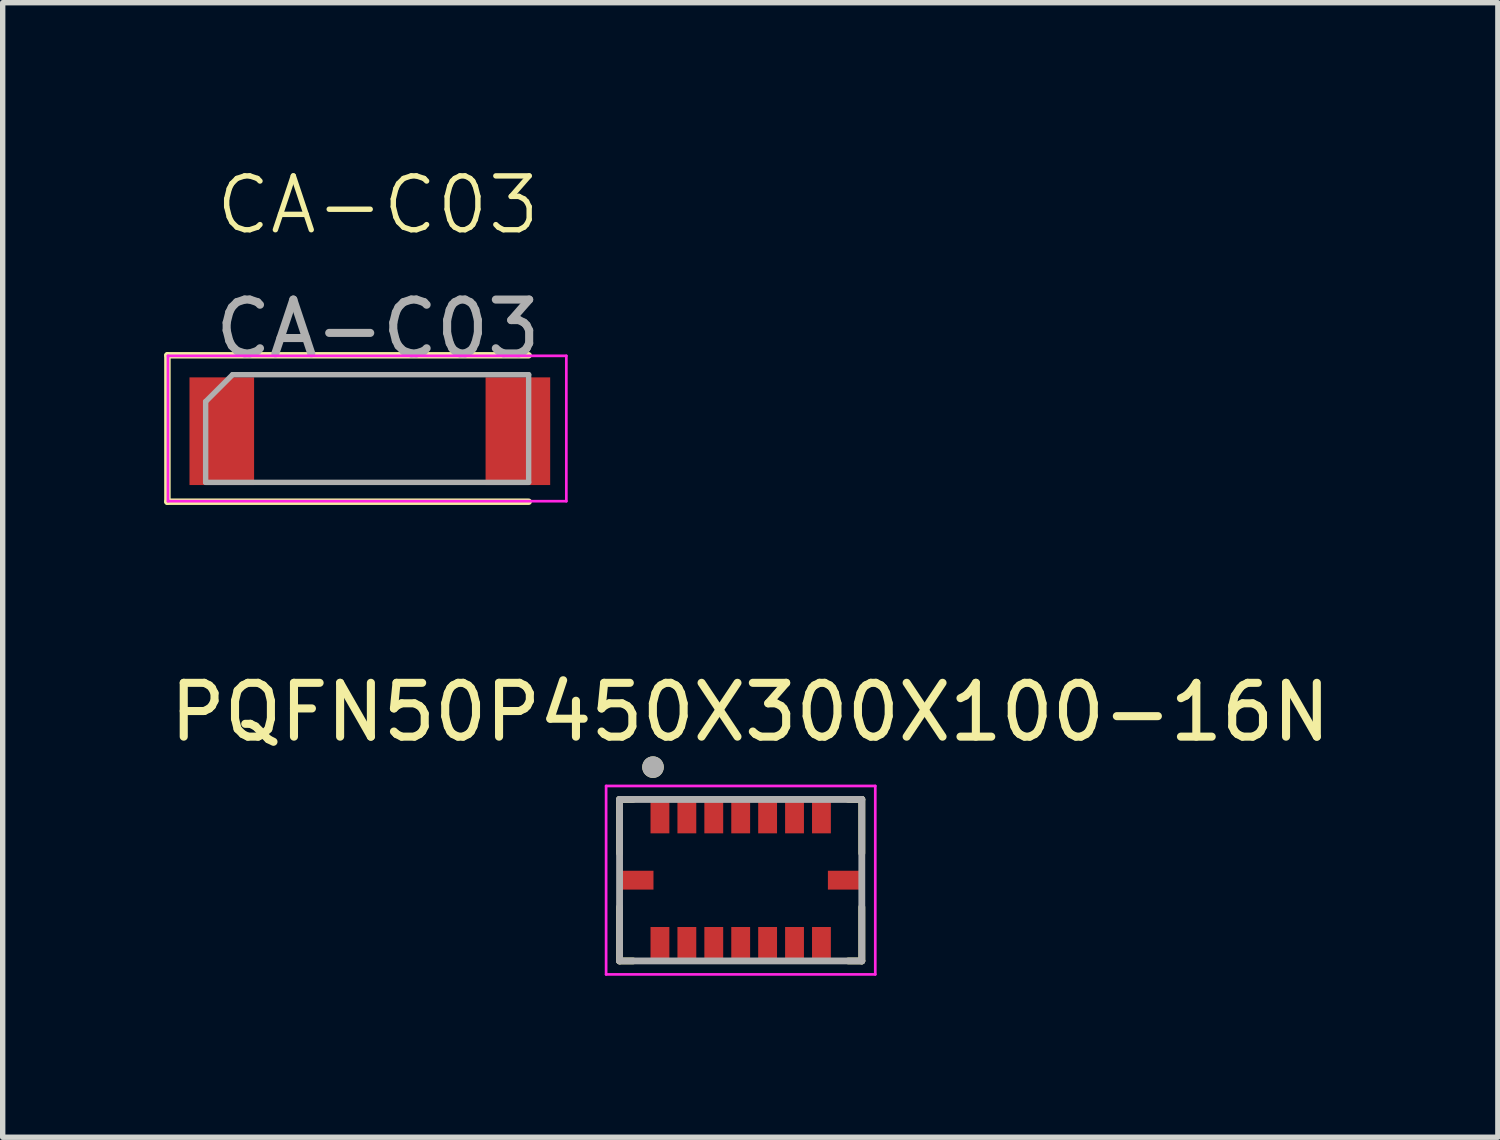
<source format=kicad_pcb>
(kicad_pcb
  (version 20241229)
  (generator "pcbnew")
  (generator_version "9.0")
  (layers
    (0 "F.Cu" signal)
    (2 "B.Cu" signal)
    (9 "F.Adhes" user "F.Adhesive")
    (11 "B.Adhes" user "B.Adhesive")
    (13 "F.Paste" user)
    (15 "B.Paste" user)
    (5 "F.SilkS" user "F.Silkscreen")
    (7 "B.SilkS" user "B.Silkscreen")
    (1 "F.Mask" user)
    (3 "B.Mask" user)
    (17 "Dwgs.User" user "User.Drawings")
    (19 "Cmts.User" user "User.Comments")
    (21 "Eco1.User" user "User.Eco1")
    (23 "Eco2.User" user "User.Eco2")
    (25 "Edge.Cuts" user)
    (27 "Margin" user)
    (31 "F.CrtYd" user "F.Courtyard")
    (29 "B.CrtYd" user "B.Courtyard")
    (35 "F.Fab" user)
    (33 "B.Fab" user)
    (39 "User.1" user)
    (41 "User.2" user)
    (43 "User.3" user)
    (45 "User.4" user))
  (footprint "CA-C03"
    (layer "F.Cu")
    (at 1.07 4.96)
    (property "Reference" "CA-C03" (at 2.9 -4.2 0) (unlocked yes) (layer "F.SilkS") (effects (font (size 1 1) (thickness 0.1))))
    (attr smd)
    (fp_line (start -1.01 -1.41) (end -1.01 1.31) (stroke (width 0.12) (type solid)) (layer "F.SilkS"))
    (fp_line (start -1.01 1.31) (end 5.7 1.31) (stroke (width 0.12) (type solid)) (layer "F.SilkS"))
    (fp_line (start 5.7 -1.41) (end -1.01 -1.41) (stroke (width 0.12) (type solid)) (layer "F.SilkS"))
    (fp_line (start -1 -1.4) (end 6.4 -1.4) (stroke (width 0.05) (type solid)) (layer "F.CrtYd"))
    (fp_line (start -1 1.3) (end -1 -1.4) (stroke (width 0.05) (type solid)) (layer "F.CrtYd"))
    (fp_line (start 6.4 -1.4) (end 6.4 1.3) (stroke (width 0.05) (type solid)) (layer "F.CrtYd"))
    (fp_line (start 6.4 1.3) (end -1 1.3) (stroke (width 0.05) (type solid)) (layer "F.CrtYd"))
    (fp_line (start -0.3 -0.55) (end -0.3 0.95) (stroke (width 0.1) (type solid)) (layer "F.Fab"))
    (fp_line (start -0.3 0.95) (end 5.7 0.95) (stroke (width 0.1) (type solid)) (layer "F.Fab"))
    (fp_line (start 0.2 -1.05) (end -0.3 -0.55) (stroke (width 0.1) (type solid)) (layer "F.Fab"))
    (fp_line (start 5.7 -1.05) (end 0.2 -1.05) (stroke (width 0.1) (type solid)) (layer "F.Fab"))
    (fp_line (start 5.7 0.95) (end 5.7 -1.05) (stroke (width 0.1) (type solid)) (layer "F.Fab"))
    (fp_text user "${REFERENCE}" (at 2.9 -1.9 0) (unlocked yes) (layer "F.Fab") (effects (font (size 1 1) (thickness 0.15))))
    (pad "1" smd rect (at 0 0) (size 1.2 2) (layers "F.Cu" "F.Mask" "F.Paste"))
    (pad "2" smd rect (at 5.5 0) (size 1.2 2) (layers "F.Cu" "F.Mask" "F.Paste")))
  (footprint "PQFN50P450X300X100-16N"
    (layer "F.Cu")
    (at 10.709 13.3)
    (property "Reference" "PQFN50P450X300X100-16N" (at 0.178 -3.121 0) (layer "F.SilkS") (effects (font (size 1 1) (thickness 0.15))))
    (attr through_hole)
    (fp_line (start -2.25 -1.5) (end -2 -1.5) (stroke (width 0.127) (type solid)) (layer "F.SilkS"))
    (fp_line (start -2.25 -0.5) (end -2.25 -1.5) (stroke (width 0.127) (type solid)) (layer "F.SilkS"))
    (fp_line (start -2.25 1.5) (end -2.25 0.5) (stroke (width 0.127) (type solid)) (layer "F.SilkS"))
    (fp_line (start -2 1.5) (end -2.25 1.5) (stroke (width 0.127) (type solid)) (layer "F.SilkS"))
    (fp_line (start 2.25 -1.5) (end 2 -1.5) (stroke (width 0.127) (type solid)) (layer "F.SilkS"))
    (fp_line (start 2.25 -0.5) (end 2.25 -1.5) (stroke (width 0.127) (type solid)) (layer "F.SilkS"))
    (fp_line (start 2.25 0.5) (end 2.25 1.5) (stroke (width 0.127) (type solid)) (layer "F.SilkS"))
    (fp_line (start 2.25 1.5) (end 2 1.5) (stroke (width 0.127) (type solid)) (layer "F.SilkS"))
    (fp_circle (center -1.629 -2.1) (end -1.529 -2.1) (stroke (width 0.2) (type solid)) (fill no) (layer "F.SilkS"))
    (fp_line (start -2.5 -1.75) (end 2.5 -1.75) (stroke (width 0.05) (type solid)) (layer "F.CrtYd"))
    (fp_line (start -2.5 1.75) (end -2.5 -1.75) (stroke (width 0.05) (type solid)) (layer "F.CrtYd"))
    (fp_line (start 2.5 -1.75) (end 2.5 1.75) (stroke (width 0.05) (type solid)) (layer "F.CrtYd"))
    (fp_line (start 2.5 1.75) (end -2.5 1.75) (stroke (width 0.05) (type solid)) (layer "F.CrtYd"))
    (fp_line (start -2.25 -1.5) (end 2.25 -1.5) (stroke (width 0.127) (type solid)) (layer "F.Fab"))
    (fp_line (start -2.25 1.5) (end -2.25 -1.5) (stroke (width 0.127) (type solid)) (layer "F.Fab"))
    (fp_line (start 2.25 -1.5) (end 2.25 1.5) (stroke (width 0.127) (type solid)) (layer "F.Fab"))
    (fp_line (start 2.25 1.5) (end -2.25 1.5) (stroke (width 0.127) (type solid)) (layer "F.Fab"))
    (fp_circle (center -1.629 -2.1) (end -1.529 -2.1) (stroke (width 0.2) (type solid)) (fill no) (layer "F.Fab"))
    (pad "1" smd rect (at -1.5 -1.165 270) (size 0.59 0.35) (layers "F.Cu" "F.Mask" "F.Paste"))
    (pad "2" smd rect (at -1 -1.165 270) (size 0.59 0.35) (layers "F.Cu" "F.Mask" "F.Paste"))
    (pad "3" smd rect (at -0.5 -1.165 270) (size 0.59 0.35) (layers "F.Cu" "F.Mask" "F.Paste"))
    (pad "4" smd rect (at 0 -1.165 270) (size 0.59 0.35) (layers "F.Cu" "F.Mask" "F.Paste"))
    (pad "5" smd rect (at 0.5 -1.165 270) (size 0.59 0.35) (layers "F.Cu" "F.Mask" "F.Paste"))
    (pad "6" smd rect (at 1 -1.165 270) (size 0.59 0.35) (layers "F.Cu" "F.Mask" "F.Paste"))
    (pad "7" smd rect (at 1.5 -1.165 270) (size 0.59 0.35) (layers "F.Cu" "F.Mask" "F.Paste"))
    (pad "8" smd rect (at 1.915 0 180) (size 0.59 0.35) (layers "F.Cu" "F.Mask" "F.Paste"))
    (pad "9" smd rect (at 1.5 1.165 90) (size 0.59 0.35) (layers "F.Cu" "F.Mask" "F.Paste"))
    (pad "10" smd rect (at 1 1.165 90) (size 0.59 0.35) (layers "F.Cu" "F.Mask" "F.Paste"))
    (pad "11" smd rect (at 0.5 1.165 90) (size 0.59 0.35) (layers "F.Cu" "F.Mask" "F.Paste"))
    (pad "12" smd rect (at 0 1.165 90) (size 0.59 0.35) (layers "F.Cu" "F.Mask" "F.Paste"))
    (pad "13" smd rect (at -0.5 1.165 90) (size 0.59 0.35) (layers "F.Cu" "F.Mask" "F.Paste"))
    (pad "14" smd rect (at -1 1.165 90) (size 0.59 0.35) (layers "F.Cu" "F.Mask" "F.Paste"))
    (pad "15" smd rect (at -1.5 1.165 90) (size 0.59 0.35) (layers "F.Cu" "F.Mask" "F.Paste"))
    (pad "16" smd rect (at -1.915 0) (size 0.59 0.35) (layers "F.Cu" "F.Mask" "F.Paste")))
  (gr_rect
    (start -3 -3)
    (end 24.774 18.075)
    (stroke (width 0.1) (type default))
    (fill no)
    (layer "Edge.Cuts")))
</source>
